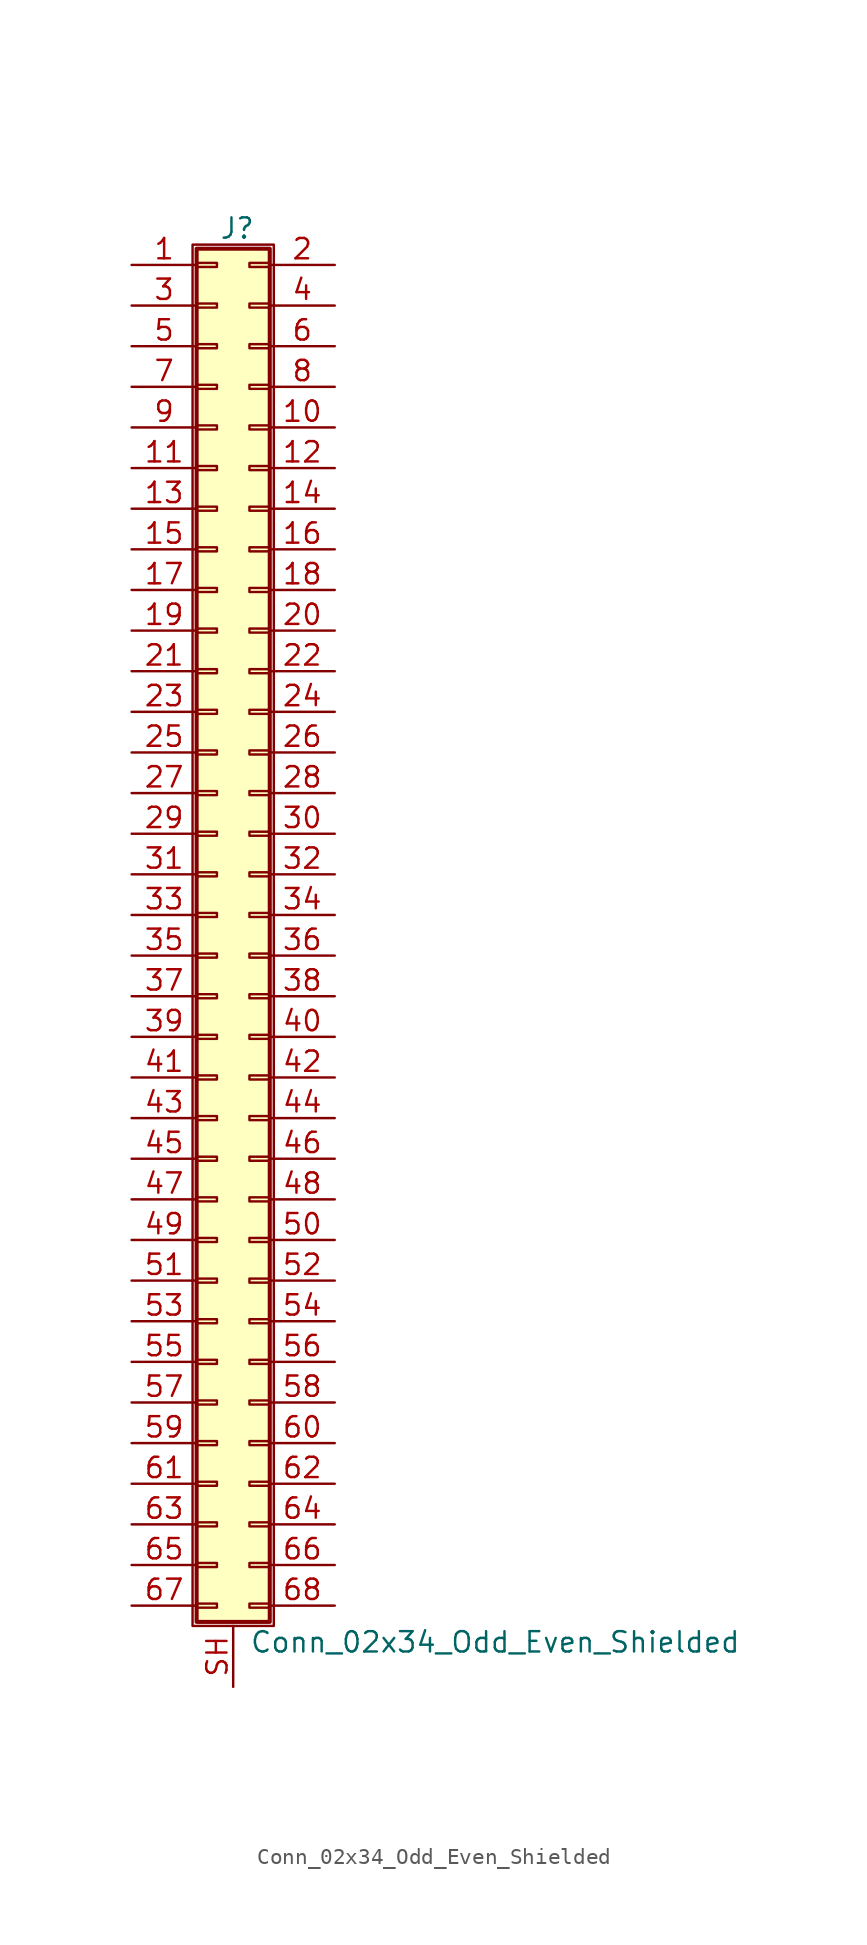
<source format=kicad_sym>
(kicad_symbol_lib
  (version 20201005)
  (generator kicad_symbol_editor)
  (symbol "Conn_02x34_Odd_Even_Shielded"
    (pin_names
      (offset 1.016) hide)
    (property "Reference" "J"
      (at 1.524 42.926 0)
      (effects (font (size 1.27 1.27))))
    (property "Value" "Conn_02x34_Odd_Even_Shielded"
      (at 2.286 -45.466 0)
      (effects (font (size 1.27 1.27)) (justify left)))
    (symbol "Conn_02x34_Odd_Even_Shielded_1_1"
      (rectangle (start -1.27 41.91) (end 3.81 -44.45) (stroke (width 0.152)) (fill (type none)))
      (rectangle (start -1.016 -43.053) (end 0.254 -43.307) (stroke (width 0.152)) (fill (type none)))
      (rectangle (start -1.016 -40.513) (end 0.254 -40.767) (stroke (width 0.152)) (fill (type none)))
      (rectangle (start -1.016 -37.973) (end 0.254 -38.227) (stroke (width 0.152)) (fill (type none)))
      (rectangle (start -1.016 -35.433) (end 0.254 -35.687) (stroke (width 0.152)) (fill (type none)))
      (rectangle (start -1.016 -32.893) (end 0.254 -33.147) (stroke (width 0.152)) (fill (type none)))
      (rectangle (start -1.016 -30.353) (end 0.254 -30.607) (stroke (width 0.152)) (fill (type none)))
      (rectangle (start -1.016 -27.813) (end 0.254 -28.067) (stroke (width 0.152)) (fill (type none)))
      (rectangle (start -1.016 -25.273) (end 0.254 -25.527) (stroke (width 0.152)) (fill (type none)))
      (rectangle (start -1.016 -22.733) (end 0.254 -22.987) (stroke (width 0.152)) (fill (type none)))
      (rectangle (start -1.016 -20.193) (end 0.254 -20.447) (stroke (width 0.152)) (fill (type none)))
      (rectangle (start -1.016 -17.653) (end 0.254 -17.907) (stroke (width 0.152)) (fill (type none)))
      (rectangle (start -1.016 -15.113) (end 0.254 -15.367) (stroke (width 0.152)) (fill (type none)))
      (rectangle (start -1.016 -12.573) (end 0.254 -12.827) (stroke (width 0.152)) (fill (type none)))
      (rectangle (start -1.016 -10.033) (end 0.254 -10.287) (stroke (width 0.152)) (fill (type none)))
      (rectangle (start -1.016 -7.493) (end 0.254 -7.747) (stroke (width 0.152)) (fill (type none)))
      (rectangle (start -1.016 -4.953) (end 0.254 -5.207) (stroke (width 0.152)) (fill (type none)))
      (rectangle (start -1.016 -2.413) (end 0.254 -2.667) (stroke (width 0.152)) (fill (type none)))
      (rectangle (start -1.016 0.127) (end 0.254 -0.127) (stroke (width 0.152)) (fill (type none)))
      (rectangle (start -1.016 2.667) (end 0.254 2.413) (stroke (width 0.152)) (fill (type none)))
      (rectangle (start -1.016 5.207) (end 0.254 4.953) (stroke (width 0.152)) (fill (type none)))
      (rectangle (start -1.016 7.747) (end 0.254 7.493) (stroke (width 0.152)) (fill (type none)))
      (rectangle (start -1.016 10.287) (end 0.254 10.033) (stroke (width 0.152)) (fill (type none)))
      (rectangle (start -1.016 12.827) (end 0.254 12.573) (stroke (width 0.152)) (fill (type none)))
      (rectangle (start -1.016 15.367) (end 0.254 15.113) (stroke (width 0.152)) (fill (type none)))
      (rectangle (start -1.016 17.907) (end 0.254 17.653) (stroke (width 0.152)) (fill (type none)))
      (rectangle (start -1.016 20.447) (end 0.254 20.193) (stroke (width 0.152)) (fill (type none)))
      (rectangle (start -1.016 22.987) (end 0.254 22.733) (stroke (width 0.152)) (fill (type none)))
      (rectangle (start -1.016 25.527) (end 0.254 25.273) (stroke (width 0.152)) (fill (type none)))
      (rectangle (start -1.016 28.067) (end 0.254 27.813) (stroke (width 0.152)) (fill (type none)))
      (rectangle (start -1.016 30.607) (end 0.254 30.353) (stroke (width 0.152)) (fill (type none)))
      (rectangle (start -1.016 33.147) (end 0.254 32.893) (stroke (width 0.152)) (fill (type none)))
      (rectangle (start -1.016 35.687) (end 0.254 35.433) (stroke (width 0.152)) (fill (type none)))
      (rectangle (start -1.016 38.227) (end 0.254 37.973) (stroke (width 0.152)) (fill (type none)))
      (rectangle (start -1.016 40.767) (end 0.254 40.513) (stroke (width 0.152)) (fill (type none)))
      (rectangle (start 3.556 -43.053) (end 2.286 -43.307) (stroke (width 0.152)) (fill (type none)))
      (rectangle (start 3.556 -40.513) (end 2.286 -40.767) (stroke (width 0.152)) (fill (type none)))
      (rectangle (start 3.556 -37.973) (end 2.286 -38.227) (stroke (width 0.152)) (fill (type none)))
      (rectangle (start 3.556 -35.433) (end 2.286 -35.687) (stroke (width 0.152)) (fill (type none)))
      (rectangle (start 3.556 -32.893) (end 2.286 -33.147) (stroke (width 0.152)) (fill (type none)))
      (rectangle (start 3.556 -30.353) (end 2.286 -30.607) (stroke (width 0.152)) (fill (type none)))
      (rectangle (start 3.556 -27.813) (end 2.286 -28.067) (stroke (width 0.152)) (fill (type none)))
      (rectangle (start 3.556 -25.273) (end 2.286 -25.527) (stroke (width 0.152)) (fill (type none)))
      (rectangle (start 3.556 -22.733) (end 2.286 -22.987) (stroke (width 0.152)) (fill (type none)))
      (rectangle (start 3.556 -20.193) (end 2.286 -20.447) (stroke (width 0.152)) (fill (type none)))
      (rectangle (start 3.556 -17.653) (end 2.286 -17.907) (stroke (width 0.152)) (fill (type none)))
      (rectangle (start 3.556 -15.113) (end 2.286 -15.367) (stroke (width 0.152)) (fill (type none)))
      (rectangle (start 3.556 -12.573) (end 2.286 -12.827) (stroke (width 0.152)) (fill (type none)))
      (rectangle (start 3.556 -10.033) (end 2.286 -10.287) (stroke (width 0.152)) (fill (type none)))
      (rectangle (start 3.556 -7.493) (end 2.286 -7.747) (stroke (width 0.152)) (fill (type none)))
      (rectangle (start 3.556 -4.953) (end 2.286 -5.207) (stroke (width 0.152)) (fill (type none)))
      (rectangle (start 3.556 -2.413) (end 2.286 -2.667) (stroke (width 0.152)) (fill (type none)))
      (rectangle (start 3.556 0.127) (end 2.286 -0.127) (stroke (width 0.152)) (fill (type none)))
      (rectangle (start 3.556 2.667) (end 2.286 2.413) (stroke (width 0.152)) (fill (type none)))
      (rectangle (start 3.556 5.207) (end 2.286 4.953) (stroke (width 0.152)) (fill (type none)))
      (rectangle (start 3.556 7.747) (end 2.286 7.493) (stroke (width 0.152)) (fill (type none)))
      (rectangle (start 3.556 10.287) (end 2.286 10.033) (stroke (width 0.152)) (fill (type none)))
      (rectangle (start 3.556 12.827) (end 2.286 12.573) (stroke (width 0.152)) (fill (type none)))
      (rectangle (start 3.556 15.367) (end 2.286 15.113) (stroke (width 0.152)) (fill (type none)))
      (rectangle (start 3.556 17.907) (end 2.286 17.653) (stroke (width 0.152)) (fill (type none)))
      (rectangle (start 3.556 20.447) (end 2.286 20.193) (stroke (width 0.152)) (fill (type none)))
      (rectangle (start 3.556 22.987) (end 2.286 22.733) (stroke (width 0.152)) (fill (type none)))
      (rectangle (start 3.556 25.527) (end 2.286 25.273) (stroke (width 0.152)) (fill (type none)))
      (rectangle (start 3.556 28.067) (end 2.286 27.813) (stroke (width 0.152)) (fill (type none)))
      (rectangle (start 3.556 30.607) (end 2.286 30.353) (stroke (width 0.152)) (fill (type none)))
      (rectangle (start 3.556 33.147) (end 2.286 32.893) (stroke (width 0.152)) (fill (type none)))
      (rectangle (start 3.556 35.687) (end 2.286 35.433) (stroke (width 0.152)) (fill (type none)))
      (rectangle (start 3.556 38.227) (end 2.286 37.973) (stroke (width 0.152)) (fill (type none)))
      (rectangle (start 3.556 40.767) (end 2.286 40.513) (stroke (width 0.152)) (fill (type none)))
      (rectangle (start -1.016 41.656) (end 3.556 -44.196) (stroke (width 0.254)) (fill (type background)))
      (pin passive line (at -5.08 40.64 0) (length 4.064) (name "Pin_1" (effects (font (size 1.27 1.27)))) (number "1" (effects (font (size 1.27 1.27)))))
      (pin passive line (at 7.62 30.48 180) (length 4.064) (name "Pin_10" (effects (font (size 1.27 1.27)))) (number "10" (effects (font (size 1.27 1.27)))))
      (pin passive line (at -5.08 27.94 0) (length 4.064) (name "Pin_11" (effects (font (size 1.27 1.27)))) (number "11" (effects (font (size 1.27 1.27)))))
      (pin passive line (at 7.62 27.94 180) (length 4.064) (name "Pin_12" (effects (font (size 1.27 1.27)))) (number "12" (effects (font (size 1.27 1.27)))))
      (pin passive line (at -5.08 25.4 0) (length 4.064) (name "Pin_13" (effects (font (size 1.27 1.27)))) (number "13" (effects (font (size 1.27 1.27)))))
      (pin passive line (at 7.62 25.4 180) (length 4.064) (name "Pin_14" (effects (font (size 1.27 1.27)))) (number "14" (effects (font (size 1.27 1.27)))))
      (pin passive line (at -5.08 22.86 0) (length 4.064) (name "Pin_15" (effects (font (size 1.27 1.27)))) (number "15" (effects (font (size 1.27 1.27)))))
      (pin passive line (at 7.62 22.86 180) (length 4.064) (name "Pin_16" (effects (font (size 1.27 1.27)))) (number "16" (effects (font (size 1.27 1.27)))))
      (pin passive line (at -5.08 20.32 0) (length 4.064) (name "Pin_17" (effects (font (size 1.27 1.27)))) (number "17" (effects (font (size 1.27 1.27)))))
      (pin passive line (at 7.62 20.32 180) (length 4.064) (name "Pin_18" (effects (font (size 1.27 1.27)))) (number "18" (effects (font (size 1.27 1.27)))))
      (pin passive line (at -5.08 17.78 0) (length 4.064) (name "Pin_19" (effects (font (size 1.27 1.27)))) (number "19" (effects (font (size 1.27 1.27)))))
      (pin passive line (at 7.62 40.64 180) (length 4.064) (name "Pin_2" (effects (font (size 1.27 1.27)))) (number "2" (effects (font (size 1.27 1.27)))))
      (pin passive line (at 7.62 17.78 180) (length 4.064) (name "Pin_20" (effects (font (size 1.27 1.27)))) (number "20" (effects (font (size 1.27 1.27)))))
      (pin passive line (at -5.08 15.24 0) (length 4.064) (name "Pin_21" (effects (font (size 1.27 1.27)))) (number "21" (effects (font (size 1.27 1.27)))))
      (pin passive line (at 7.62 15.24 180) (length 4.064) (name "Pin_22" (effects (font (size 1.27 1.27)))) (number "22" (effects (font (size 1.27 1.27)))))
      (pin passive line (at -5.08 12.7 0) (length 4.064) (name "Pin_23" (effects (font (size 1.27 1.27)))) (number "23" (effects (font (size 1.27 1.27)))))
      (pin passive line (at 7.62 12.7 180) (length 4.064) (name "Pin_24" (effects (font (size 1.27 1.27)))) (number "24" (effects (font (size 1.27 1.27)))))
      (pin passive line (at -5.08 10.16 0) (length 4.064) (name "Pin_25" (effects (font (size 1.27 1.27)))) (number "25" (effects (font (size 1.27 1.27)))))
      (pin passive line (at 7.62 10.16 180) (length 4.064) (name "Pin_26" (effects (font (size 1.27 1.27)))) (number "26" (effects (font (size 1.27 1.27)))))
      (pin passive line (at -5.08 7.62 0) (length 4.064) (name "Pin_27" (effects (font (size 1.27 1.27)))) (number "27" (effects (font (size 1.27 1.27)))))
      (pin passive line (at 7.62 7.62 180) (length 4.064) (name "Pin_28" (effects (font (size 1.27 1.27)))) (number "28" (effects (font (size 1.27 1.27)))))
      (pin passive line (at -5.08 5.08 0) (length 4.064) (name "Pin_29" (effects (font (size 1.27 1.27)))) (number "29" (effects (font (size 1.27 1.27)))))
      (pin passive line (at -5.08 38.1 0) (length 4.064) (name "Pin_3" (effects (font (size 1.27 1.27)))) (number "3" (effects (font (size 1.27 1.27)))))
      (pin passive line (at 7.62 5.08 180) (length 4.064) (name "Pin_30" (effects (font (size 1.27 1.27)))) (number "30" (effects (font (size 1.27 1.27)))))
      (pin passive line (at -5.08 2.54 0) (length 4.064) (name "Pin_31" (effects (font (size 1.27 1.27)))) (number "31" (effects (font (size 1.27 1.27)))))
      (pin passive line (at 7.62 2.54 180) (length 4.064) (name "Pin_32" (effects (font (size 1.27 1.27)))) (number "32" (effects (font (size 1.27 1.27)))))
      (pin passive line (at -5.08 0 0) (length 4.064) (name "Pin_33" (effects (font (size 1.27 1.27)))) (number "33" (effects (font (size 1.27 1.27)))))
      (pin passive line (at 7.62 0 180) (length 4.064) (name "Pin_34" (effects (font (size 1.27 1.27)))) (number "34" (effects (font (size 1.27 1.27)))))
      (pin passive line (at -5.08 -2.54 0) (length 4.064) (name "Pin_35" (effects (font (size 1.27 1.27)))) (number "35" (effects (font (size 1.27 1.27)))))
      (pin passive line (at 7.62 -2.54 180) (length 4.064) (name "Pin_36" (effects (font (size 1.27 1.27)))) (number "36" (effects (font (size 1.27 1.27)))))
      (pin passive line (at -5.08 -5.08 0) (length 4.064) (name "Pin_37" (effects (font (size 1.27 1.27)))) (number "37" (effects (font (size 1.27 1.27)))))
      (pin passive line (at 7.62 -5.08 180) (length 4.064) (name "Pin_38" (effects (font (size 1.27 1.27)))) (number "38" (effects (font (size 1.27 1.27)))))
      (pin passive line (at -5.08 -7.62 0) (length 4.064) (name "Pin_39" (effects (font (size 1.27 1.27)))) (number "39" (effects (font (size 1.27 1.27)))))
      (pin passive line (at 7.62 38.1 180) (length 4.064) (name "Pin_4" (effects (font (size 1.27 1.27)))) (number "4" (effects (font (size 1.27 1.27)))))
      (pin passive line (at 7.62 -7.62 180) (length 4.064) (name "Pin_40" (effects (font (size 1.27 1.27)))) (number "40" (effects (font (size 1.27 1.27)))))
      (pin passive line (at -5.08 -10.16 0) (length 4.064) (name "Pin_41" (effects (font (size 1.27 1.27)))) (number "41" (effects (font (size 1.27 1.27)))))
      (pin passive line (at 7.62 -10.16 180) (length 4.064) (name "Pin_42" (effects (font (size 1.27 1.27)))) (number "42" (effects (font (size 1.27 1.27)))))
      (pin passive line (at -5.08 -12.7 0) (length 4.064) (name "Pin_43" (effects (font (size 1.27 1.27)))) (number "43" (effects (font (size 1.27 1.27)))))
      (pin passive line (at 7.62 -12.7 180) (length 4.064) (name "Pin_44" (effects (font (size 1.27 1.27)))) (number "44" (effects (font (size 1.27 1.27)))))
      (pin passive line (at -5.08 -15.24 0) (length 4.064) (name "Pin_45" (effects (font (size 1.27 1.27)))) (number "45" (effects (font (size 1.27 1.27)))))
      (pin passive line (at 7.62 -15.24 180) (length 4.064) (name "Pin_46" (effects (font (size 1.27 1.27)))) (number "46" (effects (font (size 1.27 1.27)))))
      (pin passive line (at -5.08 -17.78 0) (length 4.064) (name "Pin_47" (effects (font (size 1.27 1.27)))) (number "47" (effects (font (size 1.27 1.27)))))
      (pin passive line (at 7.62 -17.78 180) (length 4.064) (name "Pin_48" (effects (font (size 1.27 1.27)))) (number "48" (effects (font (size 1.27 1.27)))))
      (pin passive line (at -5.08 -20.32 0) (length 4.064) (name "Pin_49" (effects (font (size 1.27 1.27)))) (number "49" (effects (font (size 1.27 1.27)))))
      (pin passive line (at -5.08 35.56 0) (length 4.064) (name "Pin_5" (effects (font (size 1.27 1.27)))) (number "5" (effects (font (size 1.27 1.27)))))
      (pin passive line (at 7.62 -20.32 180) (length 4.064) (name "Pin_50" (effects (font (size 1.27 1.27)))) (number "50" (effects (font (size 1.27 1.27)))))
      (pin passive line (at -5.08 -22.86 0) (length 4.064) (name "Pin_51" (effects (font (size 1.27 1.27)))) (number "51" (effects (font (size 1.27 1.27)))))
      (pin passive line (at 7.62 -22.86 180) (length 4.064) (name "Pin_52" (effects (font (size 1.27 1.27)))) (number "52" (effects (font (size 1.27 1.27)))))
      (pin passive line (at -5.08 -25.4 0) (length 4.064) (name "Pin_53" (effects (font (size 1.27 1.27)))) (number "53" (effects (font (size 1.27 1.27)))))
      (pin passive line (at 7.62 -25.4 180) (length 4.064) (name "Pin_54" (effects (font (size 1.27 1.27)))) (number "54" (effects (font (size 1.27 1.27)))))
      (pin passive line (at -5.08 -27.94 0) (length 4.064) (name "Pin_55" (effects (font (size 1.27 1.27)))) (number "55" (effects (font (size 1.27 1.27)))))
      (pin passive line (at 7.62 -27.94 180) (length 4.064) (name "Pin_56" (effects (font (size 1.27 1.27)))) (number "56" (effects (font (size 1.27 1.27)))))
      (pin passive line (at -5.08 -30.48 0) (length 4.064) (name "Pin_57" (effects (font (size 1.27 1.27)))) (number "57" (effects (font (size 1.27 1.27)))))
      (pin passive line (at 7.62 -30.48 180) (length 4.064) (name "Pin_58" (effects (font (size 1.27 1.27)))) (number "58" (effects (font (size 1.27 1.27)))))
      (pin passive line (at -5.08 -33.02 0) (length 4.064) (name "Pin_59" (effects (font (size 1.27 1.27)))) (number "59" (effects (font (size 1.27 1.27)))))
      (pin passive line (at 7.62 35.56 180) (length 4.064) (name "Pin_6" (effects (font (size 1.27 1.27)))) (number "6" (effects (font (size 1.27 1.27)))))
      (pin passive line (at 7.62 -33.02 180) (length 4.064) (name "Pin_60" (effects (font (size 1.27 1.27)))) (number "60" (effects (font (size 1.27 1.27)))))
      (pin passive line (at -5.08 -35.56 0) (length 4.064) (name "Pin_61" (effects (font (size 1.27 1.27)))) (number "61" (effects (font (size 1.27 1.27)))))
      (pin passive line (at 7.62 -35.56 180) (length 4.064) (name "Pin_62" (effects (font (size 1.27 1.27)))) (number "62" (effects (font (size 1.27 1.27)))))
      (pin passive line (at -5.08 -38.1 0) (length 4.064) (name "Pin_63" (effects (font (size 1.27 1.27)))) (number "63" (effects (font (size 1.27 1.27)))))
      (pin passive line (at 7.62 -38.1 180) (length 4.064) (name "Pin_64" (effects (font (size 1.27 1.27)))) (number "64" (effects (font (size 1.27 1.27)))))
      (pin passive line (at -5.08 -40.64 0) (length 4.064) (name "Pin_65" (effects (font (size 1.27 1.27)))) (number "65" (effects (font (size 1.27 1.27)))))
      (pin passive line (at 7.62 -40.64 180) (length 4.064) (name "Pin_66" (effects (font (size 1.27 1.27)))) (number "66" (effects (font (size 1.27 1.27)))))
      (pin passive line (at -5.08 -43.18 0) (length 4.064) (name "Pin_67" (effects (font (size 1.27 1.27)))) (number "67" (effects (font (size 1.27 1.27)))))
      (pin passive line (at 7.62 -43.18 180) (length 4.064) (name "Pin_68" (effects (font (size 1.27 1.27)))) (number "68" (effects (font (size 1.27 1.27)))))
      (pin passive line (at -5.08 33.02 0) (length 4.064) (name "Pin_7" (effects (font (size 1.27 1.27)))) (number "7" (effects (font (size 1.27 1.27)))))
      (pin passive line (at 7.62 33.02 180) (length 4.064) (name "Pin_8" (effects (font (size 1.27 1.27)))) (number "8" (effects (font (size 1.27 1.27)))))
      (pin passive line (at -5.08 30.48 0) (length 4.064) (name "Pin_9" (effects (font (size 1.27 1.27)))) (number "9" (effects (font (size 1.27 1.27)))))
      (pin passive line (at 1.27 -48.26 90) (length 3.81) (name "Shield" (effects (font (size 1.27 1.27)))) (number "SH" (effects (font (size 1.27 1.27))))))))
</source>
